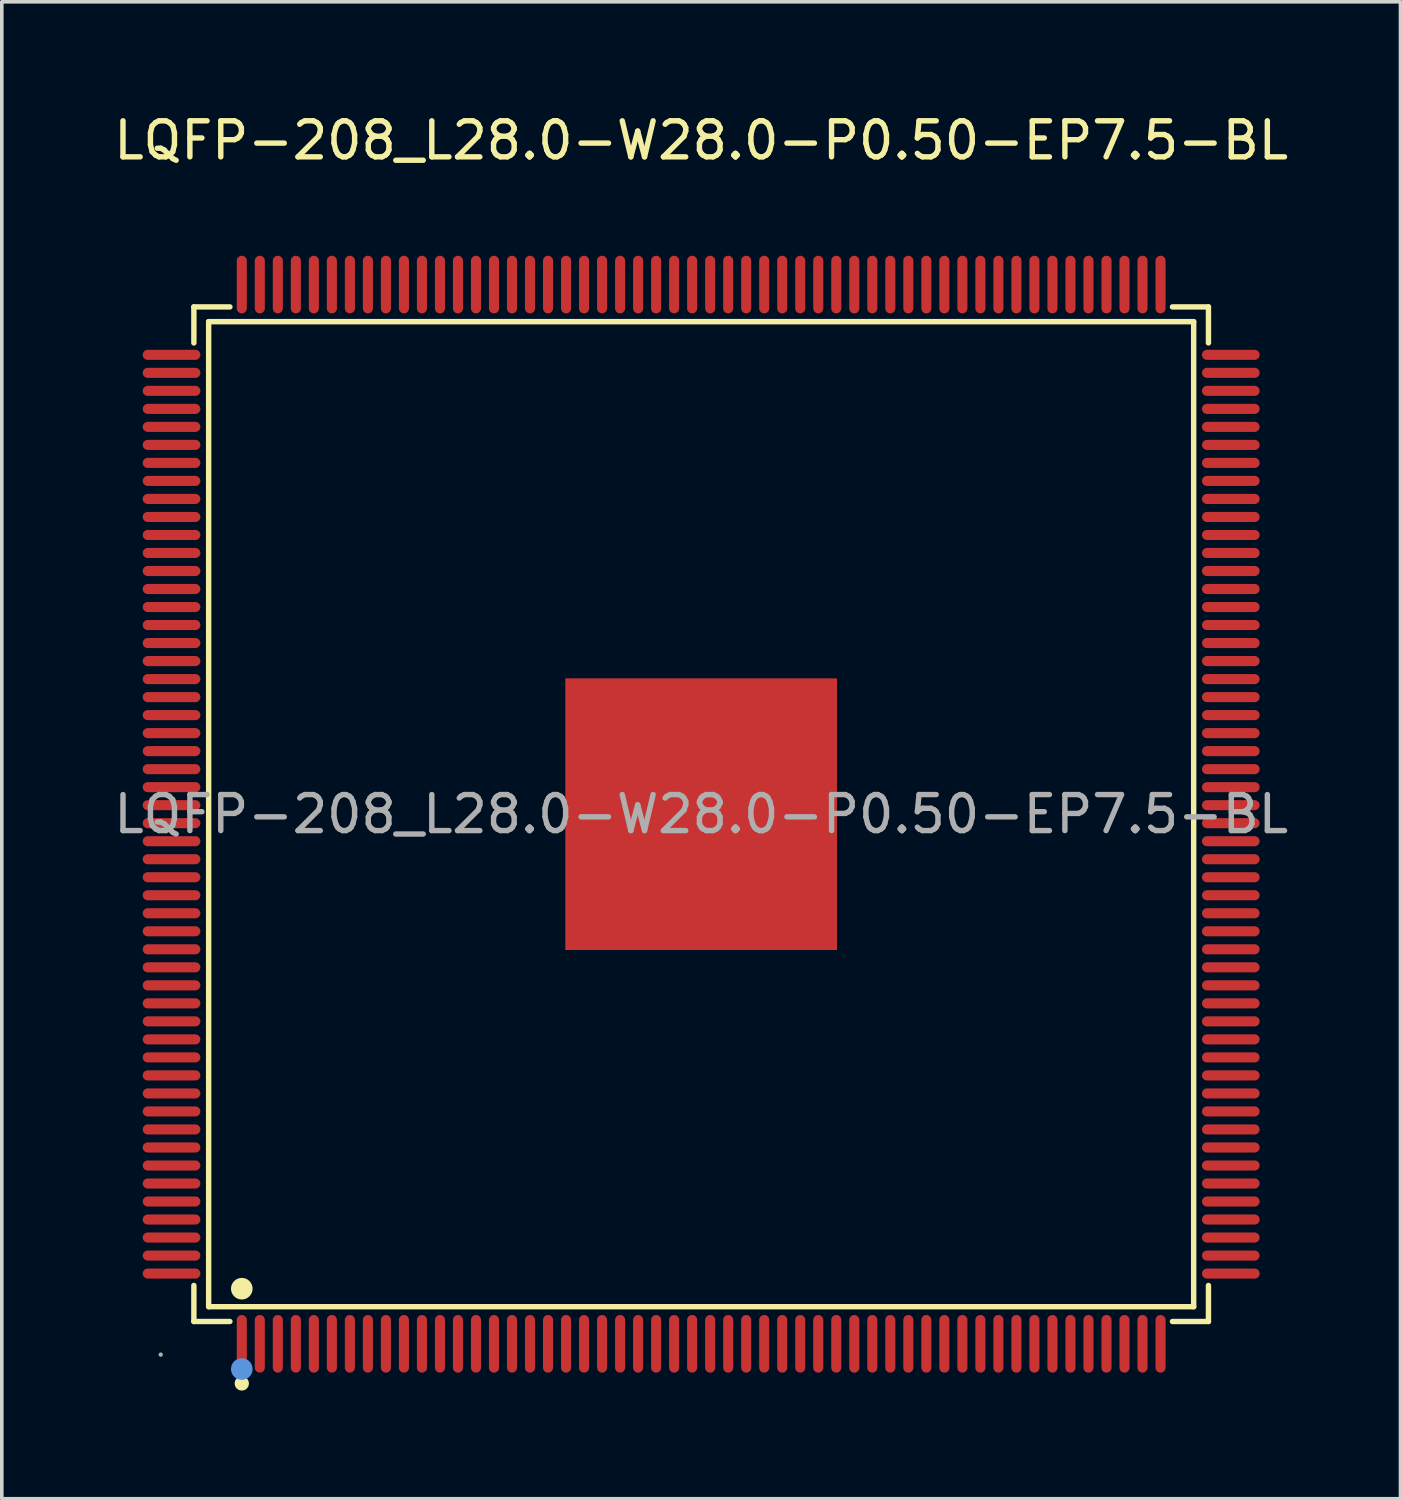
<source format=kicad_pcb>
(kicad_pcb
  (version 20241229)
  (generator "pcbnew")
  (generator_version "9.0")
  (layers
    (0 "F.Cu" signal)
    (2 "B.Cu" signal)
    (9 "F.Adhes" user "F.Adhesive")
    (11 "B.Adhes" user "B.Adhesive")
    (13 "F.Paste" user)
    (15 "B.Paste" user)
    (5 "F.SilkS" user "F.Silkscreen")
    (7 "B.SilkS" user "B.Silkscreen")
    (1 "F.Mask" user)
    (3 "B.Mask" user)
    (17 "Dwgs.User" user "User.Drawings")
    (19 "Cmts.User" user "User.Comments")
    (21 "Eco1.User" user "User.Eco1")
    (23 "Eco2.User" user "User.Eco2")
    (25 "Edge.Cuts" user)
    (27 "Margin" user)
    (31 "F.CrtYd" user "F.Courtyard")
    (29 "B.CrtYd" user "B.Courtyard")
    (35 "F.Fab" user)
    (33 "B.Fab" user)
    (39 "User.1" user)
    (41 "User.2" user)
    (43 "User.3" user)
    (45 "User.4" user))
  (footprint "LQFP-208_L28.0-W28.0-P0.50-EP7.5-BL"
    (layer "F.Cu")
    (at 16.411 19.548)
    (property "Reference" "LQFP-208_L28.0-W28.0-P0.50-EP7.5-BL" (at 0 -18.7 0) (layer "F.SilkS") (effects (font (size 1 1) (thickness 0.15))))
    (attr through_hole)
    (fp_line (start -14.08 -14.08) (end -13.08 -14.08) (stroke (width 0.15) (type solid)) (layer "F.SilkS"))
    (fp_line (start -14.08 -13.08) (end -14.08 -14.08) (stroke (width 0.15) (type solid)) (layer "F.SilkS"))
    (fp_line (start -14.08 13.08) (end -14.08 14.08) (stroke (width 0.15) (type solid)) (layer "F.SilkS"))
    (fp_line (start -14.08 14.08) (end -13.08 14.08) (stroke (width 0.15) (type solid)) (layer "F.SilkS"))
    (fp_line (start -13.67 -13.67) (end 13.67 -13.67) (stroke (width 0.15) (type solid)) (layer "F.SilkS"))
    (fp_line (start -13.67 13.67) (end -13.67 -13.67) (stroke (width 0.15) (type solid)) (layer "F.SilkS"))
    (fp_line (start 13.67 -13.67) (end 13.67 13.67) (stroke (width 0.15) (type solid)) (layer "F.SilkS"))
    (fp_line (start 13.67 13.67) (end -13.67 13.67) (stroke (width 0.15) (type solid)) (layer "F.SilkS"))
    (fp_line (start 14.08 -14.08) (end 13.08 -14.08) (stroke (width 0.15) (type solid)) (layer "F.SilkS"))
    (fp_line (start 14.08 -13.08) (end 14.08 -14.08) (stroke (width 0.15) (type solid)) (layer "F.SilkS"))
    (fp_line (start 14.08 13.08) (end 14.08 14.08) (stroke (width 0.15) (type solid)) (layer "F.SilkS"))
    (fp_line (start 14.08 14.08) (end 13.08 14.08) (stroke (width 0.15) (type solid)) (layer "F.SilkS"))
    (fp_circle (center -12.75 13.17) (end -12.6 13.17) (stroke (width 0.3) (type solid)) (fill no) (layer "F.SilkS"))
    (fp_circle (center -12.75 15.8) (end -12.65 15.8) (stroke (width 0.2) (type solid)) (fill no) (layer "F.SilkS"))
    (fp_circle (center -12.75 15.4) (end -12.6 15.4) (stroke (width 0.3) (type solid)) (fill no) (layer "Cmts.User"))
    (fp_circle (center -15 15) (end -14.97 15) (stroke (width 0.06) (type solid)) (fill no) (layer "F.Fab"))
    (fp_text user "${REFERENCE}" (at 0 0 0) (layer "F.Fab") (effects (font (size 1 1) (thickness 0.15))))
    (pad "1" smd oval (at -12.75 14.7) (size 0.28 1.6) (layers "F.Cu" "F.Mask" "F.Paste"))
    (pad "2" smd oval (at -12.25 14.7) (size 0.28 1.6) (layers "F.Cu" "F.Mask" "F.Paste"))
    (pad "3" smd oval (at -11.75 14.7) (size 0.28 1.6) (layers "F.Cu" "F.Mask" "F.Paste"))
    (pad "4" smd oval (at -11.25 14.7) (size 0.28 1.6) (layers "F.Cu" "F.Mask" "F.Paste"))
    (pad "5" smd oval (at -10.75 14.7) (size 0.28 1.6) (layers "F.Cu" "F.Mask" "F.Paste"))
    (pad "6" smd oval (at -10.25 14.7) (size 0.28 1.6) (layers "F.Cu" "F.Mask" "F.Paste"))
    (pad "7" smd oval (at -9.75 14.7) (size 0.28 1.6) (layers "F.Cu" "F.Mask" "F.Paste"))
    (pad "8" smd oval (at -9.25 14.7) (size 0.28 1.6) (layers "F.Cu" "F.Mask" "F.Paste"))
    (pad "9" smd oval (at -8.75 14.7) (size 0.28 1.6) (layers "F.Cu" "F.Mask" "F.Paste"))
    (pad "10" smd oval (at -8.25 14.7) (size 0.28 1.6) (layers "F.Cu" "F.Mask" "F.Paste"))
    (pad "11" smd oval (at -7.75 14.7) (size 0.28 1.6) (layers "F.Cu" "F.Mask" "F.Paste"))
    (pad "12" smd oval (at -7.25 14.7) (size 0.28 1.6) (layers "F.Cu" "F.Mask" "F.Paste"))
    (pad "13" smd oval (at -6.75 14.7) (size 0.28 1.6) (layers "F.Cu" "F.Mask" "F.Paste"))
    (pad "14" smd oval (at -6.25 14.7) (size 0.28 1.6) (layers "F.Cu" "F.Mask" "F.Paste"))
    (pad "15" smd oval (at -5.75 14.7) (size 0.28 1.6) (layers "F.Cu" "F.Mask" "F.Paste"))
    (pad "16" smd oval (at -5.25 14.7) (size 0.28 1.6) (layers "F.Cu" "F.Mask" "F.Paste"))
    (pad "17" smd oval (at -4.75 14.7) (size 0.28 1.6) (layers "F.Cu" "F.Mask" "F.Paste"))
    (pad "18" smd oval (at -4.25 14.7) (size 0.28 1.6) (layers "F.Cu" "F.Mask" "F.Paste"))
    (pad "19" smd oval (at -3.75 14.7) (size 0.28 1.6) (layers "F.Cu" "F.Mask" "F.Paste"))
    (pad "20" smd oval (at -3.25 14.7) (size 0.28 1.6) (layers "F.Cu" "F.Mask" "F.Paste"))
    (pad "21" smd oval (at -2.75 14.7) (size 0.28 1.6) (layers "F.Cu" "F.Mask" "F.Paste"))
    (pad "22" smd oval (at -2.25 14.7) (size 0.28 1.6) (layers "F.Cu" "F.Mask" "F.Paste"))
    (pad "23" smd oval (at -1.75 14.7) (size 0.28 1.6) (layers "F.Cu" "F.Mask" "F.Paste"))
    (pad "24" smd oval (at -1.25 14.7) (size 0.28 1.6) (layers "F.Cu" "F.Mask" "F.Paste"))
    (pad "25" smd oval (at -0.75 14.7) (size 0.28 1.6) (layers "F.Cu" "F.Mask" "F.Paste"))
    (pad "26" smd oval (at -0.25 14.7) (size 0.28 1.6) (layers "F.Cu" "F.Mask" "F.Paste"))
    (pad "27" smd oval (at 0.25 14.7) (size 0.28 1.6) (layers "F.Cu" "F.Mask" "F.Paste"))
    (pad "28" smd oval (at 0.75 14.7) (size 0.28 1.6) (layers "F.Cu" "F.Mask" "F.Paste"))
    (pad "29" smd oval (at 1.25 14.7) (size 0.28 1.6) (layers "F.Cu" "F.Mask" "F.Paste"))
    (pad "30" smd oval (at 1.75 14.7) (size 0.28 1.6) (layers "F.Cu" "F.Mask" "F.Paste"))
    (pad "31" smd oval (at 2.25 14.7) (size 0.28 1.6) (layers "F.Cu" "F.Mask" "F.Paste"))
    (pad "32" smd oval (at 2.75 14.7) (size 0.28 1.6) (layers "F.Cu" "F.Mask" "F.Paste"))
    (pad "33" smd oval (at 3.25 14.7) (size 0.28 1.6) (layers "F.Cu" "F.Mask" "F.Paste"))
    (pad "34" smd oval (at 3.75 14.7) (size 0.28 1.6) (layers "F.Cu" "F.Mask" "F.Paste"))
    (pad "35" smd oval (at 4.25 14.7) (size 0.28 1.6) (layers "F.Cu" "F.Mask" "F.Paste"))
    (pad "36" smd oval (at 4.75 14.7) (size 0.28 1.6) (layers "F.Cu" "F.Mask" "F.Paste"))
    (pad "37" smd oval (at 5.25 14.7) (size 0.28 1.6) (layers "F.Cu" "F.Mask" "F.Paste"))
    (pad "38" smd oval (at 5.75 14.7) (size 0.28 1.6) (layers "F.Cu" "F.Mask" "F.Paste"))
    (pad "39" smd oval (at 6.25 14.7) (size 0.28 1.6) (layers "F.Cu" "F.Mask" "F.Paste"))
    (pad "40" smd oval (at 6.75 14.7) (size 0.28 1.6) (layers "F.Cu" "F.Mask" "F.Paste"))
    (pad "41" smd oval (at 7.25 14.7) (size 0.28 1.6) (layers "F.Cu" "F.Mask" "F.Paste"))
    (pad "42" smd oval (at 7.75 14.7) (size 0.28 1.6) (layers "F.Cu" "F.Mask" "F.Paste"))
    (pad "43" smd oval (at 8.25 14.7) (size 0.28 1.6) (layers "F.Cu" "F.Mask" "F.Paste"))
    (pad "44" smd oval (at 8.75 14.7) (size 0.28 1.6) (layers "F.Cu" "F.Mask" "F.Paste"))
    (pad "45" smd oval (at 9.25 14.7) (size 0.28 1.6) (layers "F.Cu" "F.Mask" "F.Paste"))
    (pad "46" smd oval (at 9.75 14.7) (size 0.28 1.6) (layers "F.Cu" "F.Mask" "F.Paste"))
    (pad "47" smd oval (at 10.25 14.7) (size 0.28 1.6) (layers "F.Cu" "F.Mask" "F.Paste"))
    (pad "48" smd oval (at 10.75 14.7) (size 0.28 1.6) (layers "F.Cu" "F.Mask" "F.Paste"))
    (pad "49" smd oval (at 11.25 14.7) (size 0.28 1.6) (layers "F.Cu" "F.Mask" "F.Paste"))
    (pad "50" smd oval (at 11.75 14.7) (size 0.28 1.6) (layers "F.Cu" "F.Mask" "F.Paste"))
    (pad "51" smd oval (at 12.25 14.7) (size 0.28 1.6) (layers "F.Cu" "F.Mask" "F.Paste"))
    (pad "52" smd oval (at 12.75 14.7) (size 0.28 1.6) (layers "F.Cu" "F.Mask" "F.Paste"))
    (pad "53" smd oval (at 14.7 12.75) (size 1.6 0.28) (layers "F.Cu" "F.Mask" "F.Paste"))
    (pad "54" smd oval (at 14.7 12.25) (size 1.6 0.28) (layers "F.Cu" "F.Mask" "F.Paste"))
    (pad "55" smd oval (at 14.7 11.75) (size 1.6 0.28) (layers "F.Cu" "F.Mask" "F.Paste"))
    (pad "56" smd oval (at 14.7 11.25) (size 1.6 0.28) (layers "F.Cu" "F.Mask" "F.Paste"))
    (pad "57" smd oval (at 14.7 10.75) (size 1.6 0.28) (layers "F.Cu" "F.Mask" "F.Paste"))
    (pad "58" smd oval (at 14.7 10.25) (size 1.6 0.28) (layers "F.Cu" "F.Mask" "F.Paste"))
    (pad "59" smd oval (at 14.7 9.75) (size 1.6 0.28) (layers "F.Cu" "F.Mask" "F.Paste"))
    (pad "60" smd oval (at 14.7 9.25) (size 1.6 0.28) (layers "F.Cu" "F.Mask" "F.Paste"))
    (pad "61" smd oval (at 14.7 8.75) (size 1.6 0.28) (layers "F.Cu" "F.Mask" "F.Paste"))
    (pad "62" smd oval (at 14.7 8.25) (size 1.6 0.28) (layers "F.Cu" "F.Mask" "F.Paste"))
    (pad "63" smd oval (at 14.7 7.75) (size 1.6 0.28) (layers "F.Cu" "F.Mask" "F.Paste"))
    (pad "64" smd oval (at 14.7 7.25) (size 1.6 0.28) (layers "F.Cu" "F.Mask" "F.Paste"))
    (pad "65" smd oval (at 14.7 6.75) (size 1.6 0.28) (layers "F.Cu" "F.Mask" "F.Paste"))
    (pad "66" smd oval (at 14.7 6.25) (size 1.6 0.28) (layers "F.Cu" "F.Mask" "F.Paste"))
    (pad "67" smd oval (at 14.7 5.75) (size 1.6 0.28) (layers "F.Cu" "F.Mask" "F.Paste"))
    (pad "68" smd oval (at 14.7 5.25) (size 1.6 0.28) (layers "F.Cu" "F.Mask" "F.Paste"))
    (pad "69" smd oval (at 14.7 4.75) (size 1.6 0.28) (layers "F.Cu" "F.Mask" "F.Paste"))
    (pad "70" smd oval (at 14.7 4.25) (size 1.6 0.28) (layers "F.Cu" "F.Mask" "F.Paste"))
    (pad "71" smd oval (at 14.7 3.75) (size 1.6 0.28) (layers "F.Cu" "F.Mask" "F.Paste"))
    (pad "72" smd oval (at 14.7 3.25) (size 1.6 0.28) (layers "F.Cu" "F.Mask" "F.Paste"))
    (pad "73" smd oval (at 14.7 2.75) (size 1.6 0.28) (layers "F.Cu" "F.Mask" "F.Paste"))
    (pad "74" smd oval (at 14.7 2.25) (size 1.6 0.28) (layers "F.Cu" "F.Mask" "F.Paste"))
    (pad "75" smd oval (at 14.7 1.75) (size 1.6 0.28) (layers "F.Cu" "F.Mask" "F.Paste"))
    (pad "76" smd oval (at 14.7 1.25) (size 1.6 0.28) (layers "F.Cu" "F.Mask" "F.Paste"))
    (pad "77" smd oval (at 14.7 0.75) (size 1.6 0.28) (layers "F.Cu" "F.Mask" "F.Paste"))
    (pad "78" smd oval (at 14.7 0.25) (size 1.6 0.28) (layers "F.Cu" "F.Mask" "F.Paste"))
    (pad "79" smd oval (at 14.7 -0.25) (size 1.6 0.28) (layers "F.Cu" "F.Mask" "F.Paste"))
    (pad "80" smd oval (at 14.7 -0.75) (size 1.6 0.28) (layers "F.Cu" "F.Mask" "F.Paste"))
    (pad "81" smd oval (at 14.7 -1.25) (size 1.6 0.28) (layers "F.Cu" "F.Mask" "F.Paste"))
    (pad "82" smd oval (at 14.7 -1.75) (size 1.6 0.28) (layers "F.Cu" "F.Mask" "F.Paste"))
    (pad "83" smd oval (at 14.7 -2.25) (size 1.6 0.28) (layers "F.Cu" "F.Mask" "F.Paste"))
    (pad "84" smd oval (at 14.7 -2.75) (size 1.6 0.28) (layers "F.Cu" "F.Mask" "F.Paste"))
    (pad "85" smd oval (at 14.7 -3.25) (size 1.6 0.28) (layers "F.Cu" "F.Mask" "F.Paste"))
    (pad "86" smd oval (at 14.7 -3.75) (size 1.6 0.28) (layers "F.Cu" "F.Mask" "F.Paste"))
    (pad "87" smd oval (at 14.7 -4.25) (size 1.6 0.28) (layers "F.Cu" "F.Mask" "F.Paste"))
    (pad "88" smd oval (at 14.7 -4.75) (size 1.6 0.28) (layers "F.Cu" "F.Mask" "F.Paste"))
    (pad "89" smd oval (at 14.7 -5.25) (size 1.6 0.28) (layers "F.Cu" "F.Mask" "F.Paste"))
    (pad "90" smd oval (at 14.7 -5.75) (size 1.6 0.28) (layers "F.Cu" "F.Mask" "F.Paste"))
    (pad "91" smd oval (at 14.7 -6.25) (size 1.6 0.28) (layers "F.Cu" "F.Mask" "F.Paste"))
    (pad "92" smd oval (at 14.7 -6.75) (size 1.6 0.28) (layers "F.Cu" "F.Mask" "F.Paste"))
    (pad "93" smd oval (at 14.7 -7.25) (size 1.6 0.28) (layers "F.Cu" "F.Mask" "F.Paste"))
    (pad "94" smd oval (at 14.7 -7.75) (size 1.6 0.28) (layers "F.Cu" "F.Mask" "F.Paste"))
    (pad "95" smd oval (at 14.7 -8.25) (size 1.6 0.28) (layers "F.Cu" "F.Mask" "F.Paste"))
    (pad "96" smd oval (at 14.7 -8.75) (size 1.6 0.28) (layers "F.Cu" "F.Mask" "F.Paste"))
    (pad "97" smd oval (at 14.7 -9.25) (size 1.6 0.28) (layers "F.Cu" "F.Mask" "F.Paste"))
    (pad "98" smd oval (at 14.7 -9.75) (size 1.6 0.28) (layers "F.Cu" "F.Mask" "F.Paste"))
    (pad "99" smd oval (at 14.7 -10.25) (size 1.6 0.28) (layers "F.Cu" "F.Mask" "F.Paste"))
    (pad "100" smd oval (at 14.7 -10.75) (size 1.6 0.28) (layers "F.Cu" "F.Mask" "F.Paste"))
    (pad "101" smd oval (at 14.7 -11.25) (size 1.6 0.28) (layers "F.Cu" "F.Mask" "F.Paste"))
    (pad "102" smd oval (at 14.7 -11.75) (size 1.6 0.28) (layers "F.Cu" "F.Mask" "F.Paste"))
    (pad "103" smd oval (at 14.7 -12.25) (size 1.6 0.28) (layers "F.Cu" "F.Mask" "F.Paste"))
    (pad "104" smd oval (at 14.7 -12.75) (size 1.6 0.28) (layers "F.Cu" "F.Mask" "F.Paste"))
    (pad "105" smd oval (at 12.75 -14.7) (size 0.28 1.6) (layers "F.Cu" "F.Mask" "F.Paste"))
    (pad "106" smd oval (at 12.25 -14.7) (size 0.28 1.6) (layers "F.Cu" "F.Mask" "F.Paste"))
    (pad "107" smd oval (at 11.75 -14.7) (size 0.28 1.6) (layers "F.Cu" "F.Mask" "F.Paste"))
    (pad "108" smd oval (at 11.25 -14.7) (size 0.28 1.6) (layers "F.Cu" "F.Mask" "F.Paste"))
    (pad "109" smd oval (at 10.75 -14.7) (size 0.28 1.6) (layers "F.Cu" "F.Mask" "F.Paste"))
    (pad "110" smd oval (at 10.25 -14.7) (size 0.28 1.6) (layers "F.Cu" "F.Mask" "F.Paste"))
    (pad "111" smd oval (at 9.75 -14.7) (size 0.28 1.6) (layers "F.Cu" "F.Mask" "F.Paste"))
    (pad "112" smd oval (at 9.25 -14.7) (size 0.28 1.6) (layers "F.Cu" "F.Mask" "F.Paste"))
    (pad "113" smd oval (at 8.75 -14.7) (size 0.28 1.6) (layers "F.Cu" "F.Mask" "F.Paste"))
    (pad "114" smd oval (at 8.25 -14.7) (size 0.28 1.6) (layers "F.Cu" "F.Mask" "F.Paste"))
    (pad "115" smd oval (at 7.75 -14.7) (size 0.28 1.6) (layers "F.Cu" "F.Mask" "F.Paste"))
    (pad "116" smd oval (at 7.25 -14.7) (size 0.28 1.6) (layers "F.Cu" "F.Mask" "F.Paste"))
    (pad "117" smd oval (at 6.75 -14.7) (size 0.28 1.6) (layers "F.Cu" "F.Mask" "F.Paste"))
    (pad "118" smd oval (at 6.25 -14.7) (size 0.28 1.6) (layers "F.Cu" "F.Mask" "F.Paste"))
    (pad "119" smd oval (at 5.75 -14.7) (size 0.28 1.6) (layers "F.Cu" "F.Mask" "F.Paste"))
    (pad "120" smd oval (at 5.25 -14.7) (size 0.28 1.6) (layers "F.Cu" "F.Mask" "F.Paste"))
    (pad "121" smd oval (at 4.75 -14.7) (size 0.28 1.6) (layers "F.Cu" "F.Mask" "F.Paste"))
    (pad "122" smd oval (at 4.25 -14.7) (size 0.28 1.6) (layers "F.Cu" "F.Mask" "F.Paste"))
    (pad "123" smd oval (at 3.75 -14.7) (size 0.28 1.6) (layers "F.Cu" "F.Mask" "F.Paste"))
    (pad "124" smd oval (at 3.25 -14.7) (size 0.28 1.6) (layers "F.Cu" "F.Mask" "F.Paste"))
    (pad "125" smd oval (at 2.75 -14.7) (size 0.28 1.6) (layers "F.Cu" "F.Mask" "F.Paste"))
    (pad "126" smd oval (at 2.25 -14.7) (size 0.28 1.6) (layers "F.Cu" "F.Mask" "F.Paste"))
    (pad "127" smd oval (at 1.75 -14.7) (size 0.28 1.6) (layers "F.Cu" "F.Mask" "F.Paste"))
    (pad "128" smd oval (at 1.25 -14.7) (size 0.28 1.6) (layers "F.Cu" "F.Mask" "F.Paste"))
    (pad "129" smd oval (at 0.75 -14.7) (size 0.28 1.6) (layers "F.Cu" "F.Mask" "F.Paste"))
    (pad "130" smd oval (at 0.25 -14.7) (size 0.28 1.6) (layers "F.Cu" "F.Mask" "F.Paste"))
    (pad "131" smd oval (at -0.25 -14.7) (size 0.28 1.6) (layers "F.Cu" "F.Mask" "F.Paste"))
    (pad "132" smd oval (at -0.75 -14.7) (size 0.28 1.6) (layers "F.Cu" "F.Mask" "F.Paste"))
    (pad "133" smd oval (at -1.25 -14.7) (size 0.28 1.6) (layers "F.Cu" "F.Mask" "F.Paste"))
    (pad "134" smd oval (at -1.75 -14.7) (size 0.28 1.6) (layers "F.Cu" "F.Mask" "F.Paste"))
    (pad "135" smd oval (at -2.25 -14.7) (size 0.28 1.6) (layers "F.Cu" "F.Mask" "F.Paste"))
    (pad "136" smd oval (at -2.75 -14.7) (size 0.28 1.6) (layers "F.Cu" "F.Mask" "F.Paste"))
    (pad "137" smd oval (at -3.25 -14.7) (size 0.28 1.6) (layers "F.Cu" "F.Mask" "F.Paste"))
    (pad "138" smd oval (at -3.75 -14.7) (size 0.28 1.6) (layers "F.Cu" "F.Mask" "F.Paste"))
    (pad "139" smd oval (at -4.25 -14.7) (size 0.28 1.6) (layers "F.Cu" "F.Mask" "F.Paste"))
    (pad "140" smd oval (at -4.75 -14.7) (size 0.28 1.6) (layers "F.Cu" "F.Mask" "F.Paste"))
    (pad "141" smd oval (at -5.25 -14.7) (size 0.28 1.6) (layers "F.Cu" "F.Mask" "F.Paste"))
    (pad "142" smd oval (at -5.75 -14.7) (size 0.28 1.6) (layers "F.Cu" "F.Mask" "F.Paste"))
    (pad "143" smd oval (at -6.25 -14.7) (size 0.28 1.6) (layers "F.Cu" "F.Mask" "F.Paste"))
    (pad "144" smd oval (at -6.75 -14.7) (size 0.28 1.6) (layers "F.Cu" "F.Mask" "F.Paste"))
    (pad "145" smd oval (at -7.25 -14.7) (size 0.28 1.6) (layers "F.Cu" "F.Mask" "F.Paste"))
    (pad "146" smd oval (at -7.75 -14.7) (size 0.28 1.6) (layers "F.Cu" "F.Mask" "F.Paste"))
    (pad "147" smd oval (at -8.25 -14.7) (size 0.28 1.6) (layers "F.Cu" "F.Mask" "F.Paste"))
    (pad "148" smd oval (at -8.75 -14.7) (size 0.28 1.6) (layers "F.Cu" "F.Mask" "F.Paste"))
    (pad "149" smd oval (at -9.25 -14.7) (size 0.28 1.6) (layers "F.Cu" "F.Mask" "F.Paste"))
    (pad "150" smd oval (at -9.75 -14.7) (size 0.28 1.6) (layers "F.Cu" "F.Mask" "F.Paste"))
    (pad "151" smd oval (at -10.25 -14.7) (size 0.28 1.6) (layers "F.Cu" "F.Mask" "F.Paste"))
    (pad "152" smd oval (at -10.75 -14.7) (size 0.28 1.6) (layers "F.Cu" "F.Mask" "F.Paste"))
    (pad "153" smd oval (at -11.25 -14.7) (size 0.28 1.6) (layers "F.Cu" "F.Mask" "F.Paste"))
    (pad "154" smd oval (at -11.75 -14.7) (size 0.28 1.6) (layers "F.Cu" "F.Mask" "F.Paste"))
    (pad "155" smd oval (at -12.25 -14.7) (size 0.28 1.6) (layers "F.Cu" "F.Mask" "F.Paste"))
    (pad "156" smd oval (at -12.75 -14.7) (size 0.28 1.6) (layers "F.Cu" "F.Mask" "F.Paste"))
    (pad "157" smd oval (at -14.7 -12.75) (size 1.6 0.28) (layers "F.Cu" "F.Mask" "F.Paste"))
    (pad "158" smd oval (at -14.7 -12.25) (size 1.6 0.28) (layers "F.Cu" "F.Mask" "F.Paste"))
    (pad "159" smd oval (at -14.7 -11.75) (size 1.6 0.28) (layers "F.Cu" "F.Mask" "F.Paste"))
    (pad "160" smd oval (at -14.7 -11.25) (size 1.6 0.28) (layers "F.Cu" "F.Mask" "F.Paste"))
    (pad "161" smd oval (at -14.7 -10.75) (size 1.6 0.28) (layers "F.Cu" "F.Mask" "F.Paste"))
    (pad "162" smd oval (at -14.7 -10.25) (size 1.6 0.28) (layers "F.Cu" "F.Mask" "F.Paste"))
    (pad "163" smd oval (at -14.7 -9.75) (size 1.6 0.28) (layers "F.Cu" "F.Mask" "F.Paste"))
    (pad "164" smd oval (at -14.7 -9.25) (size 1.6 0.28) (layers "F.Cu" "F.Mask" "F.Paste"))
    (pad "165" smd oval (at -14.7 -8.75) (size 1.6 0.28) (layers "F.Cu" "F.Mask" "F.Paste"))
    (pad "166" smd oval (at -14.7 -8.25) (size 1.6 0.28) (layers "F.Cu" "F.Mask" "F.Paste"))
    (pad "167" smd oval (at -14.7 -7.75) (size 1.6 0.28) (layers "F.Cu" "F.Mask" "F.Paste"))
    (pad "168" smd oval (at -14.7 -7.25) (size 1.6 0.28) (layers "F.Cu" "F.Mask" "F.Paste"))
    (pad "169" smd oval (at -14.7 -6.75) (size 1.6 0.28) (layers "F.Cu" "F.Mask" "F.Paste"))
    (pad "170" smd oval (at -14.7 -6.25) (size 1.6 0.28) (layers "F.Cu" "F.Mask" "F.Paste"))
    (pad "171" smd oval (at -14.7 -5.75) (size 1.6 0.28) (layers "F.Cu" "F.Mask" "F.Paste"))
    (pad "172" smd oval (at -14.7 -5.25) (size 1.6 0.28) (layers "F.Cu" "F.Mask" "F.Paste"))
    (pad "173" smd oval (at -14.7 -4.75) (size 1.6 0.28) (layers "F.Cu" "F.Mask" "F.Paste"))
    (pad "174" smd oval (at -14.7 -4.25) (size 1.6 0.28) (layers "F.Cu" "F.Mask" "F.Paste"))
    (pad "175" smd oval (at -14.7 -3.75) (size 1.6 0.28) (layers "F.Cu" "F.Mask" "F.Paste"))
    (pad "176" smd oval (at -14.7 -3.25) (size 1.6 0.28) (layers "F.Cu" "F.Mask" "F.Paste"))
    (pad "177" smd oval (at -14.7 -2.75) (size 1.6 0.28) (layers "F.Cu" "F.Mask" "F.Paste"))
    (pad "178" smd oval (at -14.7 -2.25) (size 1.6 0.28) (layers "F.Cu" "F.Mask" "F.Paste"))
    (pad "179" smd oval (at -14.7 -1.75) (size 1.6 0.28) (layers "F.Cu" "F.Mask" "F.Paste"))
    (pad "180" smd oval (at -14.7 -1.25) (size 1.6 0.28) (layers "F.Cu" "F.Mask" "F.Paste"))
    (pad "181" smd oval (at -14.7 -0.75) (size 1.6 0.28) (layers "F.Cu" "F.Mask" "F.Paste"))
    (pad "182" smd oval (at -14.7 -0.25) (size 1.6 0.28) (layers "F.Cu" "F.Mask" "F.Paste"))
    (pad "183" smd oval (at -14.7 0.25) (size 1.6 0.28) (layers "F.Cu" "F.Mask" "F.Paste"))
    (pad "184" smd oval (at -14.7 0.75) (size 1.6 0.28) (layers "F.Cu" "F.Mask" "F.Paste"))
    (pad "185" smd oval (at -14.7 1.25) (size 1.6 0.28) (layers "F.Cu" "F.Mask" "F.Paste"))
    (pad "186" smd oval (at -14.7 1.75) (size 1.6 0.28) (layers "F.Cu" "F.Mask" "F.Paste"))
    (pad "187" smd oval (at -14.7 2.25) (size 1.6 0.28) (layers "F.Cu" "F.Mask" "F.Paste"))
    (pad "188" smd oval (at -14.7 2.75) (size 1.6 0.28) (layers "F.Cu" "F.Mask" "F.Paste"))
    (pad "189" smd oval (at -14.7 3.25) (size 1.6 0.28) (layers "F.Cu" "F.Mask" "F.Paste"))
    (pad "190" smd oval (at -14.7 3.75) (size 1.6 0.28) (layers "F.Cu" "F.Mask" "F.Paste"))
    (pad "191" smd oval (at -14.7 4.25) (size 1.6 0.28) (layers "F.Cu" "F.Mask" "F.Paste"))
    (pad "192" smd oval (at -14.7 4.75) (size 1.6 0.28) (layers "F.Cu" "F.Mask" "F.Paste"))
    (pad "193" smd oval (at -14.7 5.25) (size 1.6 0.28) (layers "F.Cu" "F.Mask" "F.Paste"))
    (pad "194" smd oval (at -14.7 5.75) (size 1.6 0.28) (layers "F.Cu" "F.Mask" "F.Paste"))
    (pad "195" smd oval (at -14.7 6.25) (size 1.6 0.28) (layers "F.Cu" "F.Mask" "F.Paste"))
    (pad "196" smd oval (at -14.7 6.75) (size 1.6 0.28) (layers "F.Cu" "F.Mask" "F.Paste"))
    (pad "197" smd oval (at -14.7 7.25) (size 1.6 0.28) (layers "F.Cu" "F.Mask" "F.Paste"))
    (pad "198" smd oval (at -14.7 7.75) (size 1.6 0.28) (layers "F.Cu" "F.Mask" "F.Paste"))
    (pad "199" smd oval (at -14.7 8.25) (size 1.6 0.28) (layers "F.Cu" "F.Mask" "F.Paste"))
    (pad "200" smd oval (at -14.7 8.75) (size 1.6 0.28) (layers "F.Cu" "F.Mask" "F.Paste"))
    (pad "201" smd oval (at -14.7 9.25) (size 1.6 0.28) (layers "F.Cu" "F.Mask" "F.Paste"))
    (pad "202" smd oval (at -14.7 9.75) (size 1.6 0.28) (layers "F.Cu" "F.Mask" "F.Paste"))
    (pad "203" smd oval (at -14.7 10.25) (size 1.6 0.28) (layers "F.Cu" "F.Mask" "F.Paste"))
    (pad "204" smd oval (at -14.7 10.75) (size 1.6 0.28) (layers "F.Cu" "F.Mask" "F.Paste"))
    (pad "205" smd oval (at -14.7 11.25) (size 1.6 0.28) (layers "F.Cu" "F.Mask" "F.Paste"))
    (pad "206" smd oval (at -14.7 11.75) (size 1.6 0.28) (layers "F.Cu" "F.Mask" "F.Paste"))
    (pad "207" smd oval (at -14.7 12.25) (size 1.6 0.28) (layers "F.Cu" "F.Mask" "F.Paste"))
    (pad "208" smd oval (at -14.7 12.75) (size 1.6 0.28) (layers "F.Cu" "F.Mask" "F.Paste"))
    (pad "209" smd rect (at 0 0) (size 7.54 7.54) (layers "F.Cu" "F.Mask" "F.Paste")))
  (gr_rect
    (start -3 -3)
    (end 35.821 38.548)
    (stroke (width 0.1) (type default))
    (fill no)
    (layer "Edge.Cuts")))
</source>
